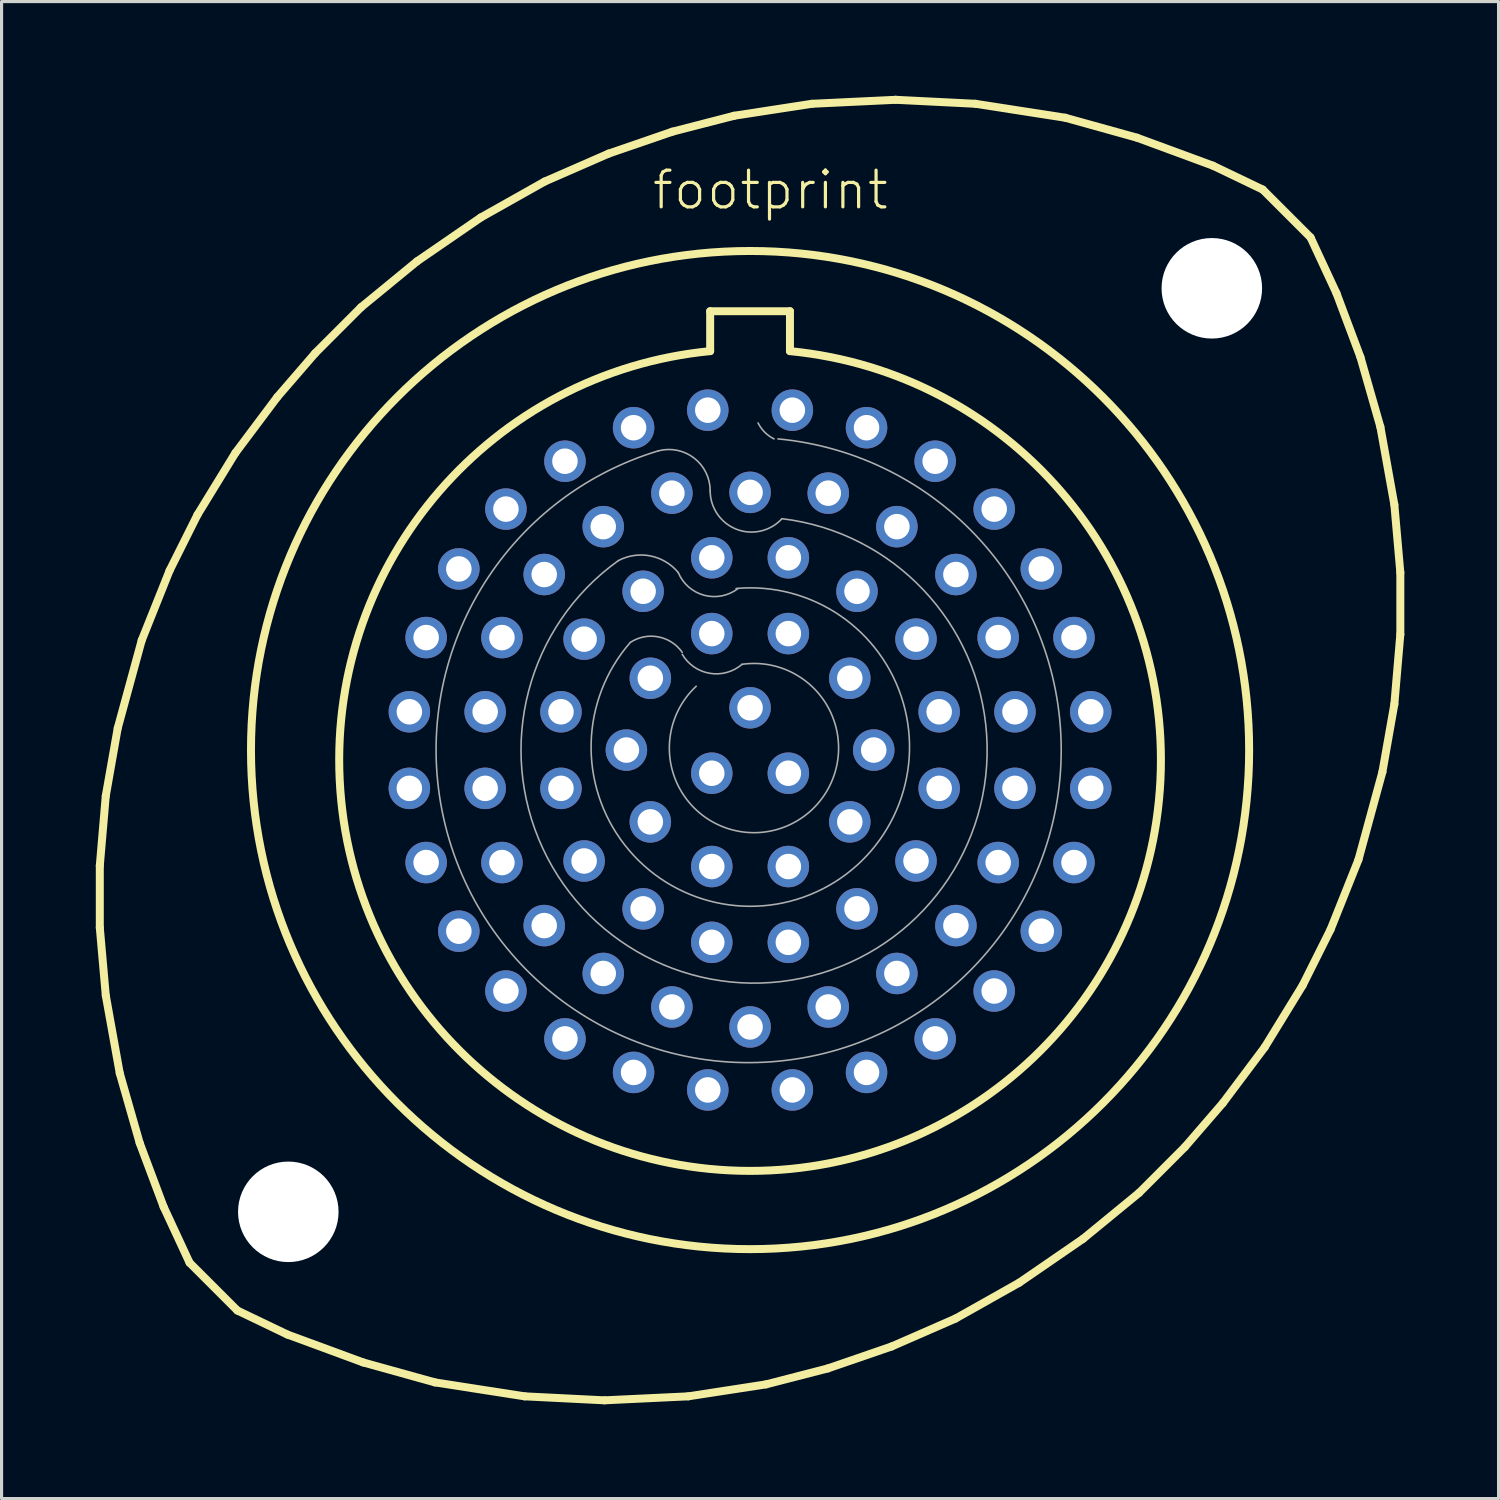
<source format=kicad_pcb>
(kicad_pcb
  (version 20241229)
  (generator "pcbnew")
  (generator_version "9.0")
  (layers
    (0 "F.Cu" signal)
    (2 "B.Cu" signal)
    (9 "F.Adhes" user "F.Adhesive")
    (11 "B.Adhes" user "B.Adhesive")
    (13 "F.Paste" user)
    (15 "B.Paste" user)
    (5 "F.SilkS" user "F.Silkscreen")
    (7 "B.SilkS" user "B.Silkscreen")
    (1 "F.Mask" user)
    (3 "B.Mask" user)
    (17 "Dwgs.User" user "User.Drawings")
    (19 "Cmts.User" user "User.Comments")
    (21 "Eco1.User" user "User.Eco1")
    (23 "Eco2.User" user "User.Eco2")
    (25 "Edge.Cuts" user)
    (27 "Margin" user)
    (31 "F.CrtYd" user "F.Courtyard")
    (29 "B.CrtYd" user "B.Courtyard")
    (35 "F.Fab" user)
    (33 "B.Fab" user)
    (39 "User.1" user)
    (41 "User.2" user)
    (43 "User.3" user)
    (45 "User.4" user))
  (footprint "footprint"
    (layer "F.Cu")
    (at 20.828 20.828)
    (property "Reference" "footprint" (at -3.175 -17.145 0) (layer "F.SilkS") (effects (font (size 1.168 1.168) (thickness 0.102)) (justify left bottom)))
    (fp_line (start -20.701 3.683) (end -20.511 1.46) (stroke (width 0.254) (type solid)) (layer "F.SilkS"))
    (fp_line (start -20.701 5.652) (end -20.701 3.683) (stroke (width 0.254) (type solid)) (layer "F.SilkS"))
    (fp_line (start -20.511 1.46) (end -20.13 -0.699) (stroke (width 0.254) (type solid)) (layer "F.SilkS"))
    (fp_line (start -20.511 7.811) (end -20.701 5.652) (stroke (width 0.254) (type solid)) (layer "F.SilkS"))
    (fp_line (start -20.13 -0.699) (end -19.367 -3.493) (stroke (width 0.254) (type solid)) (layer "F.SilkS"))
    (fp_line (start -20.066 10.287) (end -20.511 7.811) (stroke (width 0.254) (type solid)) (layer "F.SilkS"))
    (fp_line (start -19.431 12.509) (end -20.066 10.287) (stroke (width 0.254) (type solid)) (layer "F.SilkS"))
    (fp_line (start -19.367 -3.493) (end -18.479 -5.715) (stroke (width 0.254) (type solid)) (layer "F.SilkS"))
    (fp_line (start -18.669 14.541) (end -19.431 12.509) (stroke (width 0.254) (type solid)) (layer "F.SilkS"))
    (fp_line (start -18.479 -5.715) (end -17.59 -7.493) (stroke (width 0.254) (type solid)) (layer "F.SilkS"))
    (fp_line (start -17.843 16.32) (end -18.669 14.541) (stroke (width 0.254) (type solid)) (layer "F.SilkS"))
    (fp_line (start -17.843 16.32) (end -16.32 17.843) (stroke (width 0.254) (type solid)) (layer "F.SilkS"))
    (fp_line (start -17.59 -7.493) (end -16.383 -9.461) (stroke (width 0.254) (type solid)) (layer "F.SilkS"))
    (fp_line (start -16.383 -9.461) (end -15.05 -11.239) (stroke (width 0.254) (type solid)) (layer "F.SilkS"))
    (fp_line (start -15.05 -11.239) (end -13.843 -12.636) (stroke (width 0.254) (type solid)) (layer "F.SilkS"))
    (fp_line (start -14.732 18.605) (end -16.32 17.843) (stroke (width 0.254) (type solid)) (layer "F.SilkS"))
    (fp_line (start -13.843 -12.636) (end -12.383 -14.097) (stroke (width 0.254) (type solid)) (layer "F.SilkS"))
    (fp_line (start -12.383 -14.097) (end -10.604 -15.557) (stroke (width 0.254) (type solid)) (layer "F.SilkS"))
    (fp_line (start -12.319 19.494) (end -14.732 18.605) (stroke (width 0.254) (type solid)) (layer "F.SilkS"))
    (fp_line (start -10.604 -15.557) (end -8.572 -16.954) (stroke (width 0.254) (type solid)) (layer "F.SilkS"))
    (fp_line (start -10.033 20.13) (end -12.319 19.494) (stroke (width 0.254) (type solid)) (layer "F.SilkS"))
    (fp_line (start -8.572 -16.954) (end -6.54 -18.098) (stroke (width 0.254) (type solid)) (layer "F.SilkS"))
    (fp_line (start -7.176 20.574) (end -10.033 20.13) (stroke (width 0.254) (type solid)) (layer "F.SilkS"))
    (fp_line (start -6.54 -18.098) (end -4.508 -18.986) (stroke (width 0.254) (type solid)) (layer "F.SilkS"))
    (fp_line (start -4.636 20.701) (end -7.176 20.574) (stroke (width 0.254) (type solid)) (layer "F.SilkS"))
    (fp_line (start -4.508 -18.986) (end -2.477 -19.685) (stroke (width 0.254) (type solid)) (layer "F.SilkS"))
    (fp_line (start -2.477 -19.685) (end -0.508 -20.193) (stroke (width 0.254) (type solid)) (layer "F.SilkS"))
    (fp_line (start -1.968 20.574) (end -4.636 20.701) (stroke (width 0.254) (type solid)) (layer "F.SilkS"))
    (fp_line (start -1.27 -13.97) (end 1.27 -13.97) (stroke (width 0.254) (type solid)) (layer "F.SilkS"))
    (fp_line (start -1.27 -12.7) (end -1.27 -13.97) (stroke (width 0.254) (type solid)) (layer "F.SilkS"))
    (fp_line (start -0.508 -20.193) (end 1.968 -20.574) (stroke (width 0.254) (type solid)) (layer "F.SilkS"))
    (fp_line (start 0.508 20.193) (end -1.968 20.574) (stroke (width 0.254) (type solid)) (layer "F.SilkS"))
    (fp_line (start 1.27 -13.97) (end 1.27 -12.7) (stroke (width 0.254) (type solid)) (layer "F.SilkS"))
    (fp_line (start 1.968 -20.574) (end 4.636 -20.701) (stroke (width 0.254) (type solid)) (layer "F.SilkS"))
    (fp_line (start 2.477 19.685) (end 0.508 20.193) (stroke (width 0.254) (type solid)) (layer "F.SilkS"))
    (fp_line (start 4.508 18.986) (end 2.477 19.685) (stroke (width 0.254) (type solid)) (layer "F.SilkS"))
    (fp_line (start 4.636 -20.701) (end 7.176 -20.574) (stroke (width 0.254) (type solid)) (layer "F.SilkS"))
    (fp_line (start 6.54 18.098) (end 4.508 18.986) (stroke (width 0.254) (type solid)) (layer "F.SilkS"))
    (fp_line (start 7.176 -20.574) (end 10.033 -20.13) (stroke (width 0.254) (type solid)) (layer "F.SilkS"))
    (fp_line (start 8.572 16.954) (end 6.54 18.098) (stroke (width 0.254) (type solid)) (layer "F.SilkS"))
    (fp_line (start 10.033 -20.13) (end 12.319 -19.494) (stroke (width 0.254) (type solid)) (layer "F.SilkS"))
    (fp_line (start 10.604 15.557) (end 8.572 16.954) (stroke (width 0.254) (type solid)) (layer "F.SilkS"))
    (fp_line (start 12.319 -19.494) (end 14.732 -18.605) (stroke (width 0.254) (type solid)) (layer "F.SilkS"))
    (fp_line (start 12.383 14.097) (end 10.604 15.557) (stroke (width 0.254) (type solid)) (layer "F.SilkS"))
    (fp_line (start 13.843 12.636) (end 12.383 14.097) (stroke (width 0.254) (type solid)) (layer "F.SilkS"))
    (fp_line (start 14.732 -18.605) (end 16.32 -17.843) (stroke (width 0.254) (type solid)) (layer "F.SilkS"))
    (fp_line (start 15.05 11.239) (end 13.843 12.636) (stroke (width 0.254) (type solid)) (layer "F.SilkS"))
    (fp_line (start 16.32 -17.843) (end 17.843 -16.32) (stroke (width 0.254) (type solid)) (layer "F.SilkS"))
    (fp_line (start 16.383 9.461) (end 15.05 11.239) (stroke (width 0.254) (type solid)) (layer "F.SilkS"))
    (fp_line (start 17.59 7.493) (end 16.383 9.461) (stroke (width 0.254) (type solid)) (layer "F.SilkS"))
    (fp_line (start 17.843 -16.32) (end 18.669 -14.541) (stroke (width 0.254) (type solid)) (layer "F.SilkS"))
    (fp_line (start 18.479 5.715) (end 17.59 7.493) (stroke (width 0.254) (type solid)) (layer "F.SilkS"))
    (fp_line (start 18.669 -14.541) (end 19.431 -12.509) (stroke (width 0.254) (type solid)) (layer "F.SilkS"))
    (fp_line (start 19.367 3.493) (end 18.479 5.715) (stroke (width 0.254) (type solid)) (layer "F.SilkS"))
    (fp_line (start 19.431 -12.509) (end 20.066 -10.287) (stroke (width 0.254) (type solid)) (layer "F.SilkS"))
    (fp_line (start 20.066 -10.287) (end 20.511 -7.811) (stroke (width 0.254) (type solid)) (layer "F.SilkS"))
    (fp_line (start 20.13 0.699) (end 19.367 3.493) (stroke (width 0.254) (type solid)) (layer "F.SilkS"))
    (fp_line (start 20.511 -7.811) (end 20.701 -5.652) (stroke (width 0.254) (type solid)) (layer "F.SilkS"))
    (fp_line (start 20.511 -1.46) (end 20.13 0.699) (stroke (width 0.254) (type solid)) (layer "F.SilkS"))
    (fp_line (start 20.701 -5.652) (end 20.701 -3.683) (stroke (width 0.254) (type solid)) (layer "F.SilkS"))
    (fp_line (start 20.701 -3.683) (end 20.511 -1.46) (stroke (width 0.254) (type solid)) (layer "F.SilkS"))
    (fp_arc (start 1.27 -12.7) (mid 0 13.396803) (end -1.27 -12.7) (stroke (width 0.254) (type solid)) (layer "F.SilkS"))
    (fp_circle (center 0 0) (end 15.888 0) (stroke (width 0.254) (type solid)) (fill no) (layer "F.SilkS"))
    (fp_arc (start -4.191 -6.0325) (mid -3.170976 -6.17962) (end -2.285999 -5.651501) (stroke (width 0.0508) (type solid)) (layer "F.Fab"))
    (fp_arc (start -3.81 -3.429) (mid -2.920491 -3.603096) (end -2.158999 -3.111501) (stroke (width 0.0508) (type solid)) (layer "F.Fab"))
    (fp_arc (start -2.921 -9.525) (mid -1.782825 -9.296478) (end -1.269999 -8.255001) (stroke (width 0.0508) (type solid)) (layer "F.Fab"))
    (fp_arc (start -0.444499 -5.1435) (mid 2.308644 4.421249) (end -3.81 -3.429) (stroke (width 0.0508) (type solid)) (layer "F.Fab"))
    (fp_arc (start -0.380999 -5.143499) (mid -1.458829 -4.927513) (end -2.286 -5.6515) (stroke (width 0.0508) (type solid)) (layer "F.Fab"))
    (fp_arc (start -0.254001 -2.730498) (mid -1.280855 -2.443122) (end -2.159 -3.048) (stroke (width 0.0508) (type solid)) (layer "F.Fab"))
    (fp_arc (start -0.254 -2.7305) (mid 1.286445 2.366568) (end -1.7145 -2.032) (stroke (width 0.0508) (type solid)) (layer "F.Fab"))
    (fp_arc (start 0.761999 -9.906) (mid 0.466781 -10.118781) (end 0.254 -10.414) (stroke (width 0.0508) (type solid)) (layer "F.Fab"))
    (fp_arc (start 0.889 -9.906) (mid 0.945602 9.900503) (end -2.921 -9.525) (stroke (width 0.0508) (type solid)) (layer "F.Fab"))
    (fp_arc (start 1.015999 -7.365998) (mid -0.431069 -7.028611) (end -1.27 -8.255) (stroke (width 0.0508) (type solid)) (layer "F.Fab"))
    (fp_arc (start 1.016 -7.366) (mid 1.968826 7.187362) (end -4.191 -6.0325) (stroke (width 0.0508) (type solid)) (layer "F.Fab"))
    (pad "" np_thru_hole circle (at -14.7 14.7) (size 3.2 3.2) (drill 3.2) (layers "*.Cu" "*.Mask"))
    (pad "" np_thru_hole circle (at 14.7 -14.7) (size 3.2 3.2) (drill 3.2) (layers "*.Cu" "*.Mask"))
    (pad "1" thru_hole circle (at 1.346 -10.82) (size 1.321 1.321) (drill 0.813) (layers "*.Cu" "*.Mask"))
    (pad "2" thru_hole circle (at 3.708 -10.262) (size 1.321 1.321) (drill 0.813) (layers "*.Cu" "*.Mask"))
    (pad "3" thru_hole circle (at 5.893 -9.195) (size 1.321 1.321) (drill 0.813) (layers "*.Cu" "*.Mask"))
    (pad "4" thru_hole circle (at 7.772 -7.671) (size 1.321 1.321) (drill 0.813) (layers "*.Cu" "*.Mask"))
    (pad "5" thru_hole circle (at 9.271 -5.766) (size 1.321 1.321) (drill 0.813) (layers "*.Cu" "*.Mask"))
    (pad "6" thru_hole circle (at 10.312 -3.581) (size 1.321 1.321) (drill 0.813) (layers "*.Cu" "*.Mask"))
    (pad "7" thru_hole circle (at 10.846 -1.219) (size 1.321 1.321) (drill 0.813) (layers "*.Cu" "*.Mask"))
    (pad "8" thru_hole circle (at 10.846 1.219) (size 1.321 1.321) (drill 0.813) (layers "*.Cu" "*.Mask"))
    (pad "9" thru_hole circle (at 10.312 3.581) (size 1.321 1.321) (drill 0.813) (layers "*.Cu" "*.Mask"))
    (pad "10" thru_hole circle (at 9.271 5.766) (size 1.321 1.321) (drill 0.813) (layers "*.Cu" "*.Mask"))
    (pad "11" thru_hole circle (at 7.772 7.671) (size 1.321 1.321) (drill 0.813) (layers "*.Cu" "*.Mask"))
    (pad "12" thru_hole circle (at 5.893 9.195) (size 1.321 1.321) (drill 0.813) (layers "*.Cu" "*.Mask"))
    (pad "13" thru_hole circle (at 3.708 10.262) (size 1.321 1.321) (drill 0.813) (layers "*.Cu" "*.Mask"))
    (pad "14" thru_hole circle (at 1.346 10.82) (size 1.321 1.321) (drill 0.813) (layers "*.Cu" "*.Mask"))
    (pad "15" thru_hole circle (at -1.346 10.82) (size 1.321 1.321) (drill 0.813) (layers "*.Cu" "*.Mask"))
    (pad "16" thru_hole circle (at -3.708 10.262) (size 1.321 1.321) (drill 0.813) (layers "*.Cu" "*.Mask"))
    (pad "17" thru_hole circle (at -5.893 9.195) (size 1.321 1.321) (drill 0.813) (layers "*.Cu" "*.Mask"))
    (pad "18" thru_hole circle (at -7.772 7.671) (size 1.321 1.321) (drill 0.813) (layers "*.Cu" "*.Mask"))
    (pad "19" thru_hole circle (at -9.271 5.766) (size 1.321 1.321) (drill 0.813) (layers "*.Cu" "*.Mask"))
    (pad "20" thru_hole circle (at -10.312 3.581) (size 1.321 1.321) (drill 0.813) (layers "*.Cu" "*.Mask"))
    (pad "21" thru_hole circle (at -10.846 1.219) (size 1.321 1.321) (drill 0.813) (layers "*.Cu" "*.Mask"))
    (pad "22" thru_hole circle (at -10.846 -1.219) (size 1.321 1.321) (drill 0.813) (layers "*.Cu" "*.Mask"))
    (pad "23" thru_hole circle (at -10.312 -3.581) (size 1.321 1.321) (drill 0.813) (layers "*.Cu" "*.Mask"))
    (pad "24" thru_hole circle (at -9.271 -5.766) (size 1.321 1.321) (drill 0.813) (layers "*.Cu" "*.Mask"))
    (pad "25" thru_hole circle (at -7.772 -7.671) (size 1.321 1.321) (drill 0.813) (layers "*.Cu" "*.Mask"))
    (pad "26" thru_hole circle (at -5.893 -9.195) (size 1.321 1.321) (drill 0.813) (layers "*.Cu" "*.Mask"))
    (pad "27" thru_hole circle (at -3.708 -10.262) (size 1.321 1.321) (drill 0.813) (layers "*.Cu" "*.Mask"))
    (pad "28" thru_hole circle (at -1.346 -10.82) (size 1.321 1.321) (drill 0.813) (layers "*.Cu" "*.Mask"))
    (pad "29" thru_hole circle (at 0 -8.204) (size 1.321 1.321) (drill 0.813) (layers "*.Cu" "*.Mask"))
    (pad "30" thru_hole circle (at 2.489 -8.179) (size 1.321 1.321) (drill 0.813) (layers "*.Cu" "*.Mask"))
    (pad "31" thru_hole circle (at 4.674 -7.112) (size 1.321 1.321) (drill 0.813) (layers "*.Cu" "*.Mask"))
    (pad "32" thru_hole circle (at 6.553 -5.588) (size 1.321 1.321) (drill 0.813) (layers "*.Cu" "*.Mask"))
    (pad "33" thru_hole circle (at 7.899 -3.581) (size 1.321 1.321) (drill 0.813) (layers "*.Cu" "*.Mask"))
    (pad "34" thru_hole circle (at 8.433 -1.219) (size 1.321 1.321) (drill 0.813) (layers "*.Cu" "*.Mask"))
    (pad "35" thru_hole circle (at 8.433 1.219) (size 1.321 1.321) (drill 0.813) (layers "*.Cu" "*.Mask"))
    (pad "36" thru_hole circle (at 7.899 3.581) (size 1.321 1.321) (drill 0.813) (layers "*.Cu" "*.Mask"))
    (pad "37" thru_hole circle (at 6.553 5.588) (size 1.321 1.321) (drill 0.813) (layers "*.Cu" "*.Mask"))
    (pad "38" thru_hole circle (at 4.674 7.112) (size 1.321 1.321) (drill 0.813) (layers "*.Cu" "*.Mask"))
    (pad "39" thru_hole circle (at 2.489 8.179) (size 1.321 1.321) (drill 0.813) (layers "*.Cu" "*.Mask"))
    (pad "40" thru_hole circle (at 0 8.814) (size 1.321 1.321) (drill 0.813) (layers "*.Cu" "*.Mask"))
    (pad "41" thru_hole circle (at -2.489 8.179) (size 1.321 1.321) (drill 0.813) (layers "*.Cu" "*.Mask"))
    (pad "42" thru_hole circle (at -4.674 7.112) (size 1.321 1.321) (drill 0.813) (layers "*.Cu" "*.Mask"))
    (pad "43" thru_hole circle (at -6.553 5.588) (size 1.321 1.321) (drill 0.813) (layers "*.Cu" "*.Mask"))
    (pad "44" thru_hole circle (at -7.899 3.581) (size 1.321 1.321) (drill 0.813) (layers "*.Cu" "*.Mask"))
    (pad "45" thru_hole circle (at -8.433 1.219) (size 1.321 1.321) (drill 0.813) (layers "*.Cu" "*.Mask"))
    (pad "46" thru_hole circle (at -8.433 -1.219) (size 1.321 1.321) (drill 0.813) (layers "*.Cu" "*.Mask"))
    (pad "47" thru_hole circle (at -7.899 -3.581) (size 1.321 1.321) (drill 0.813) (layers "*.Cu" "*.Mask"))
    (pad "48" thru_hole circle (at -6.553 -5.588) (size 1.321 1.321) (drill 0.813) (layers "*.Cu" "*.Mask"))
    (pad "49" thru_hole circle (at -4.674 -7.112) (size 1.321 1.321) (drill 0.813) (layers "*.Cu" "*.Mask"))
    (pad "50" thru_hole circle (at -2.489 -8.179) (size 1.321 1.321) (drill 0.813) (layers "*.Cu" "*.Mask"))
    (pad "51" thru_hole circle (at -1.219 -6.121) (size 1.321 1.321) (drill 0.813) (layers "*.Cu" "*.Mask"))
    (pad "52" thru_hole circle (at 1.219 -6.121) (size 1.321 1.321) (drill 0.813) (layers "*.Cu" "*.Mask"))
    (pad "53" thru_hole circle (at 3.404 -5.055) (size 1.321 1.321) (drill 0.813) (layers "*.Cu" "*.Mask"))
    (pad "54" thru_hole circle (at 5.283 -3.531) (size 1.321 1.321) (drill 0.813) (layers "*.Cu" "*.Mask"))
    (pad "55" thru_hole circle (at 6.02 -1.219) (size 1.321 1.321) (drill 0.813) (layers "*.Cu" "*.Mask"))
    (pad "56" thru_hole circle (at 6.02 1.219) (size 1.321 1.321) (drill 0.813) (layers "*.Cu" "*.Mask"))
    (pad "57" thru_hole circle (at 5.283 3.531) (size 1.321 1.321) (drill 0.813) (layers "*.Cu" "*.Mask"))
    (pad "58" thru_hole circle (at 3.404 5.055) (size 1.321 1.321) (drill 0.813) (layers "*.Cu" "*.Mask"))
    (pad "59" thru_hole circle (at 1.219 6.121) (size 1.321 1.321) (drill 0.813) (layers "*.Cu" "*.Mask"))
    (pad "60" thru_hole circle (at -1.219 6.121) (size 1.321 1.321) (drill 0.813) (layers "*.Cu" "*.Mask"))
    (pad "61" thru_hole circle (at -3.404 5.055) (size 1.321 1.321) (drill 0.813) (layers "*.Cu" "*.Mask"))
    (pad "62" thru_hole circle (at -5.283 3.531) (size 1.321 1.321) (drill 0.813) (layers "*.Cu" "*.Mask"))
    (pad "63" thru_hole circle (at -6.02 1.219) (size 1.321 1.321) (drill 0.813) (layers "*.Cu" "*.Mask"))
    (pad "64" thru_hole circle (at -6.02 -1.219) (size 1.321 1.321) (drill 0.813) (layers "*.Cu" "*.Mask"))
    (pad "65" thru_hole circle (at -5.283 -3.531) (size 1.321 1.321) (drill 0.813) (layers "*.Cu" "*.Mask"))
    (pad "66" thru_hole circle (at -3.404 -5.055) (size 1.321 1.321) (drill 0.813) (layers "*.Cu" "*.Mask"))
    (pad "67" thru_hole circle (at -1.219 -3.708) (size 1.321 1.321) (drill 0.813) (layers "*.Cu" "*.Mask"))
    (pad "68" thru_hole circle (at 1.219 -3.708) (size 1.321 1.321) (drill 0.813) (layers "*.Cu" "*.Mask"))
    (pad "69" thru_hole circle (at 3.175 -2.286) (size 1.321 1.321) (drill 0.813) (layers "*.Cu" "*.Mask"))
    (pad "70" thru_hole circle (at 3.937 0) (size 1.321 1.321) (drill 0.813) (layers "*.Cu" "*.Mask"))
    (pad "71" thru_hole circle (at 3.175 2.286) (size 1.321 1.321) (drill 0.813) (layers "*.Cu" "*.Mask"))
    (pad "72" thru_hole circle (at 1.219 3.708) (size 1.321 1.321) (drill 0.813) (layers "*.Cu" "*.Mask"))
    (pad "73" thru_hole circle (at -1.219 3.708) (size 1.321 1.321) (drill 0.813) (layers "*.Cu" "*.Mask"))
    (pad "74" thru_hole circle (at -3.175 2.286) (size 1.321 1.321) (drill 0.813) (layers "*.Cu" "*.Mask"))
    (pad "75" thru_hole circle (at -3.937 0) (size 1.321 1.321) (drill 0.813) (layers "*.Cu" "*.Mask"))
    (pad "76" thru_hole circle (at -3.175 -2.286) (size 1.321 1.321) (drill 0.813) (layers "*.Cu" "*.Mask"))
    (pad "77" thru_hole circle (at 0 -1.346) (size 1.321 1.321) (drill 0.813) (layers "*.Cu" "*.Mask"))
    (pad "78" thru_hole circle (at 1.219 0.737) (size 1.321 1.321) (drill 0.813) (layers "*.Cu" "*.Mask"))
    (pad "79" thru_hole circle (at -1.219 0.737) (size 1.321 1.321) (drill 0.813) (layers "*.Cu" "*.Mask")))
  (gr_rect
    (start -3 -3)
    (end 44.656 44.656)
    (stroke (width 0.1) (type default))
    (fill no)
    (layer "Edge.Cuts")))
</source>
